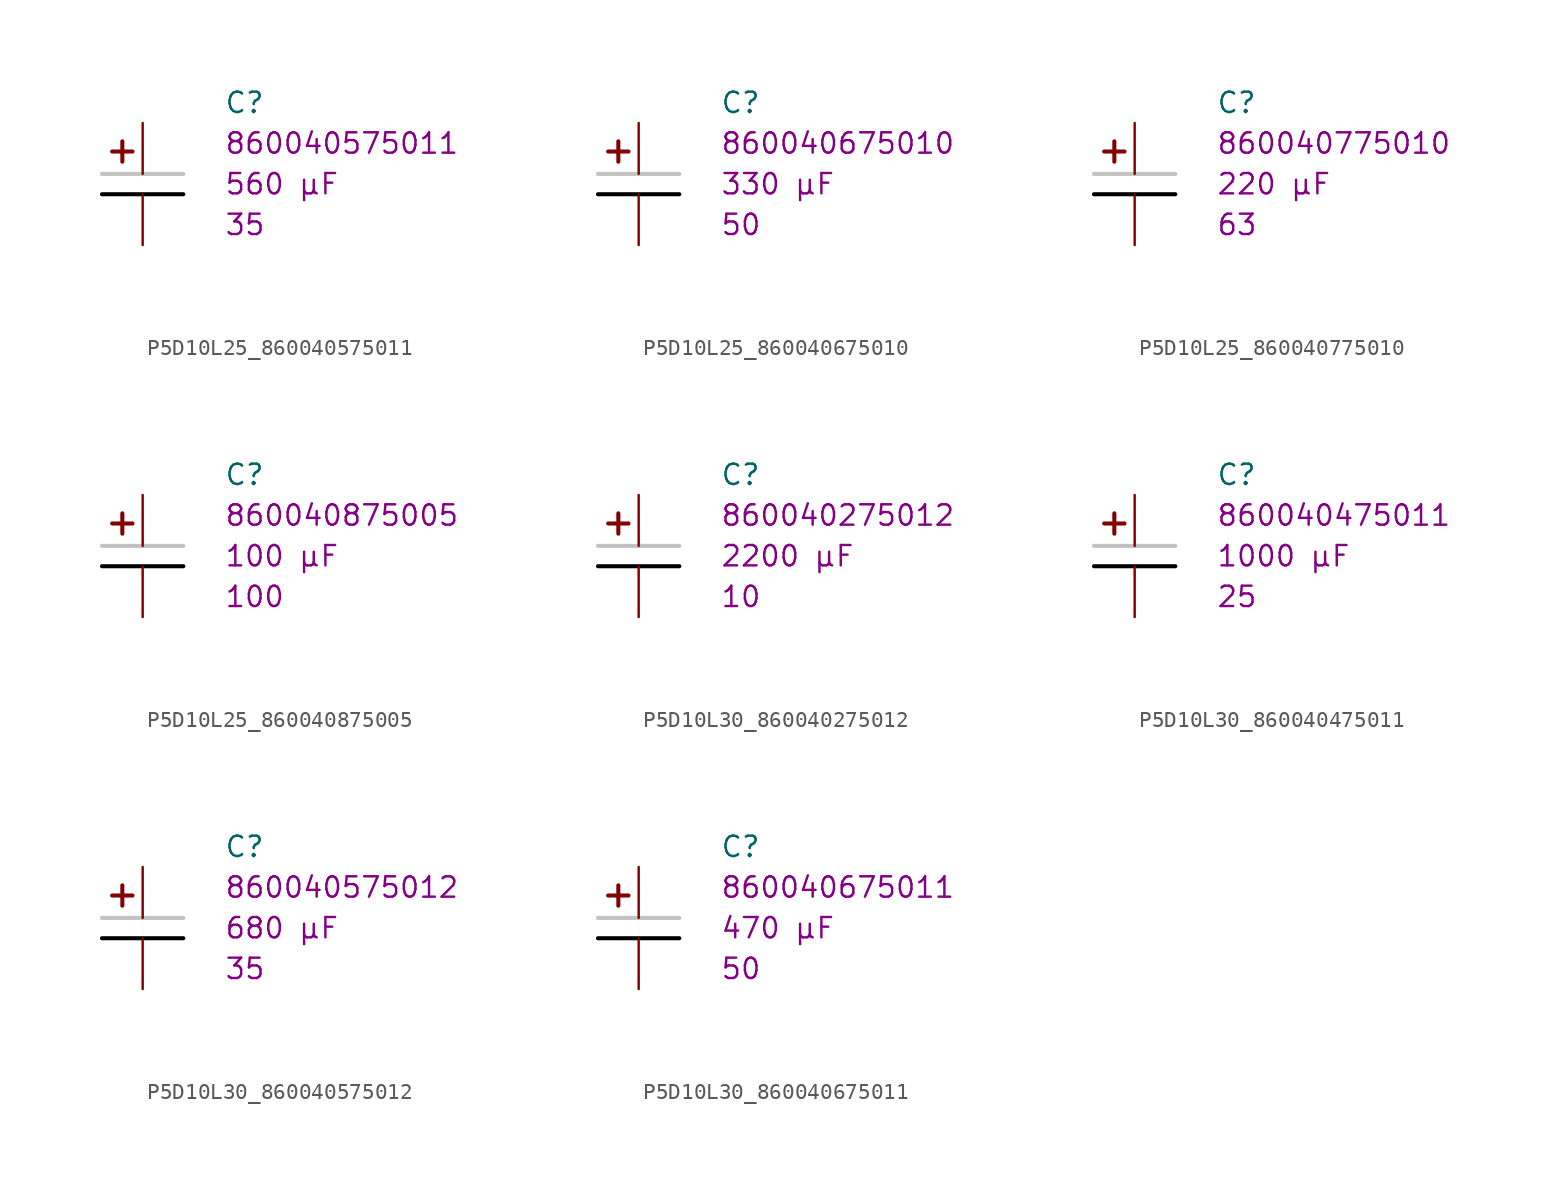
<source format=kicad_sym>
(kicad_symbol_lib
  (version 20220914)
  (generator kicad_symbol_editor)
  (symbol "P5D10L25_860040575011"
    (pin_numbers hide)
    (pin_names hide)
    (property "Reference" "C"
      (at 5.08 5.08 0)
      (effects (font (size 1.27 1.27)) (justify left)))
    (property "Part Number" "860040575011"
      (at 5.08 2.54 0)
      (effects (font (size 1.27 1.27)) (justify left)))
    (property "Capacitance" "560 µF"
      (at 5.08 0 0)
      (effects (font (size 1.27 1.27)) (justify left)))
    (property "Voltage" "35"
      (at 5.08 -2.54 0)
      (effects (font (size 1.27 1.27)) (justify left)))
    (property "Critical Parameter" ""
      (at 0 -7.62 0)
      (effects (font (size 1.27 1.27)) (justify left)))
    (symbol "P5D10L25_860040575011_1_1"
      (polyline (pts (xy -1.27 2.667) (xy -1.27 1.397)) (stroke (width 0.254) (type default)) (fill (type none)))
      (polyline (pts (xy -0.635 2.032) (xy -1.905 2.032)) (stroke (width 0.254) (type default)) (fill (type none)))
      (polyline (pts (xy 2.54 -0.635) (xy -2.54 -0.635)) (stroke (width 0.254) (type default) (color 0 0 0 1)) (fill (type none)))
      (polyline (pts (xy 2.54 0.635) (xy -2.54 0.635)) (stroke (width 0.254) (type default) (color 194 194 194 1)) (fill (type none)))
      (pin passive line (at 0 3.81 270) (length 3.175) (name "1" (effects (font (size 1.27 1.27)))) (number "1" (effects (font (size 1.27 1.27)))))
      (pin passive line (at 0 -3.81 90) (length 3.175) (name "2" (effects (font (size 1.27 1.27)))) (number "2" (effects (font (size 1.27 1.27)))))))
  (symbol "P5D10L25_860040675010"
    (pin_numbers hide)
    (pin_names hide)
    (property "Reference" "C"
      (at 5.08 5.08 0)
      (effects (font (size 1.27 1.27)) (justify left)))
    (property "Part Number" "860040675010"
      (at 5.08 2.54 0)
      (effects (font (size 1.27 1.27)) (justify left)))
    (property "Capacitance" "330 µF"
      (at 5.08 0 0)
      (effects (font (size 1.27 1.27)) (justify left)))
    (property "Voltage" "50"
      (at 5.08 -2.54 0)
      (effects (font (size 1.27 1.27)) (justify left)))
    (property "Critical Parameter" ""
      (at 0 -7.62 0)
      (effects (font (size 1.27 1.27)) (justify left)))
    (symbol "P5D10L25_860040675010_1_1"
      (polyline (pts (xy -1.27 2.667) (xy -1.27 1.397)) (stroke (width 0.254) (type default)) (fill (type none)))
      (polyline (pts (xy -0.635 2.032) (xy -1.905 2.032)) (stroke (width 0.254) (type default)) (fill (type none)))
      (polyline (pts (xy 2.54 -0.635) (xy -2.54 -0.635)) (stroke (width 0.254) (type default) (color 0 0 0 1)) (fill (type none)))
      (polyline (pts (xy 2.54 0.635) (xy -2.54 0.635)) (stroke (width 0.254) (type default) (color 194 194 194 1)) (fill (type none)))
      (pin passive line (at 0 3.81 270) (length 3.175) (name "1" (effects (font (size 1.27 1.27)))) (number "1" (effects (font (size 1.27 1.27)))))
      (pin passive line (at 0 -3.81 90) (length 3.175) (name "2" (effects (font (size 1.27 1.27)))) (number "2" (effects (font (size 1.27 1.27)))))))
  (symbol "P5D10L25_860040775010"
    (pin_numbers hide)
    (pin_names hide)
    (property "Reference" "C"
      (at 5.08 5.08 0)
      (effects (font (size 1.27 1.27)) (justify left)))
    (property "Part Number" "860040775010"
      (at 5.08 2.54 0)
      (effects (font (size 1.27 1.27)) (justify left)))
    (property "Capacitance" "220 µF"
      (at 5.08 0 0)
      (effects (font (size 1.27 1.27)) (justify left)))
    (property "Voltage" "63"
      (at 5.08 -2.54 0)
      (effects (font (size 1.27 1.27)) (justify left)))
    (property "Critical Parameter" ""
      (at 0 -7.62 0)
      (effects (font (size 1.27 1.27)) (justify left)))
    (symbol "P5D10L25_860040775010_1_1"
      (polyline (pts (xy -1.27 2.667) (xy -1.27 1.397)) (stroke (width 0.254) (type default)) (fill (type none)))
      (polyline (pts (xy -0.635 2.032) (xy -1.905 2.032)) (stroke (width 0.254) (type default)) (fill (type none)))
      (polyline (pts (xy 2.54 -0.635) (xy -2.54 -0.635)) (stroke (width 0.254) (type default) (color 0 0 0 1)) (fill (type none)))
      (polyline (pts (xy 2.54 0.635) (xy -2.54 0.635)) (stroke (width 0.254) (type default) (color 194 194 194 1)) (fill (type none)))
      (pin passive line (at 0 3.81 270) (length 3.175) (name "1" (effects (font (size 1.27 1.27)))) (number "1" (effects (font (size 1.27 1.27)))))
      (pin passive line (at 0 -3.81 90) (length 3.175) (name "2" (effects (font (size 1.27 1.27)))) (number "2" (effects (font (size 1.27 1.27)))))))
  (symbol "P5D10L25_860040875005"
    (pin_numbers hide)
    (pin_names hide)
    (property "Reference" "C"
      (at 5.08 5.08 0)
      (effects (font (size 1.27 1.27)) (justify left)))
    (property "Part Number" "860040875005"
      (at 5.08 2.54 0)
      (effects (font (size 1.27 1.27)) (justify left)))
    (property "Capacitance" "100 µF"
      (at 5.08 0 0)
      (effects (font (size 1.27 1.27)) (justify left)))
    (property "Voltage" "100"
      (at 5.08 -2.54 0)
      (effects (font (size 1.27 1.27)) (justify left)))
    (property "Critical Parameter" ""
      (at 0 -7.62 0)
      (effects (font (size 1.27 1.27)) (justify left)))
    (symbol "P5D10L25_860040875005_1_1"
      (polyline (pts (xy -1.27 2.667) (xy -1.27 1.397)) (stroke (width 0.254) (type default)) (fill (type none)))
      (polyline (pts (xy -0.635 2.032) (xy -1.905 2.032)) (stroke (width 0.254) (type default)) (fill (type none)))
      (polyline (pts (xy 2.54 -0.635) (xy -2.54 -0.635)) (stroke (width 0.254) (type default) (color 0 0 0 1)) (fill (type none)))
      (polyline (pts (xy 2.54 0.635) (xy -2.54 0.635)) (stroke (width 0.254) (type default) (color 194 194 194 1)) (fill (type none)))
      (pin passive line (at 0 3.81 270) (length 3.175) (name "1" (effects (font (size 1.27 1.27)))) (number "1" (effects (font (size 1.27 1.27)))))
      (pin passive line (at 0 -3.81 90) (length 3.175) (name "2" (effects (font (size 1.27 1.27)))) (number "2" (effects (font (size 1.27 1.27)))))))
  (symbol "P5D10L30_860040275012"
    (pin_numbers hide)
    (pin_names hide)
    (property "Reference" "C"
      (at 5.08 5.08 0)
      (effects (font (size 1.27 1.27)) (justify left)))
    (property "Part Number" "860040275012"
      (at 5.08 2.54 0)
      (effects (font (size 1.27 1.27)) (justify left)))
    (property "Capacitance" "2200 µF"
      (at 5.08 0 0)
      (effects (font (size 1.27 1.27)) (justify left)))
    (property "Voltage" "10"
      (at 5.08 -2.54 0)
      (effects (font (size 1.27 1.27)) (justify left)))
    (property "Critical Parameter" ""
      (at 0 -7.62 0)
      (effects (font (size 1.27 1.27)) (justify left)))
    (symbol "P5D10L30_860040275012_1_1"
      (polyline (pts (xy -1.27 2.667) (xy -1.27 1.397)) (stroke (width 0.254) (type default)) (fill (type none)))
      (polyline (pts (xy -0.635 2.032) (xy -1.905 2.032)) (stroke (width 0.254) (type default)) (fill (type none)))
      (polyline (pts (xy 2.54 -0.635) (xy -2.54 -0.635)) (stroke (width 0.254) (type default) (color 0 0 0 1)) (fill (type none)))
      (polyline (pts (xy 2.54 0.635) (xy -2.54 0.635)) (stroke (width 0.254) (type default) (color 194 194 194 1)) (fill (type none)))
      (pin passive line (at 0 3.81 270) (length 3.175) (name "1" (effects (font (size 1.27 1.27)))) (number "1" (effects (font (size 1.27 1.27)))))
      (pin passive line (at 0 -3.81 90) (length 3.175) (name "2" (effects (font (size 1.27 1.27)))) (number "2" (effects (font (size 1.27 1.27)))))))
  (symbol "P5D10L30_860040475011"
    (pin_numbers hide)
    (pin_names hide)
    (property "Reference" "C"
      (at 5.08 5.08 0)
      (effects (font (size 1.27 1.27)) (justify left)))
    (property "Part Number" "860040475011"
      (at 5.08 2.54 0)
      (effects (font (size 1.27 1.27)) (justify left)))
    (property "Capacitance" "1000 µF"
      (at 5.08 0 0)
      (effects (font (size 1.27 1.27)) (justify left)))
    (property "Voltage" "25"
      (at 5.08 -2.54 0)
      (effects (font (size 1.27 1.27)) (justify left)))
    (property "Critical Parameter" ""
      (at 0 -7.62 0)
      (effects (font (size 1.27 1.27)) (justify left)))
    (symbol "P5D10L30_860040475011_1_1"
      (polyline (pts (xy -1.27 2.667) (xy -1.27 1.397)) (stroke (width 0.254) (type default)) (fill (type none)))
      (polyline (pts (xy -0.635 2.032) (xy -1.905 2.032)) (stroke (width 0.254) (type default)) (fill (type none)))
      (polyline (pts (xy 2.54 -0.635) (xy -2.54 -0.635)) (stroke (width 0.254) (type default) (color 0 0 0 1)) (fill (type none)))
      (polyline (pts (xy 2.54 0.635) (xy -2.54 0.635)) (stroke (width 0.254) (type default) (color 194 194 194 1)) (fill (type none)))
      (pin passive line (at 0 3.81 270) (length 3.175) (name "1" (effects (font (size 1.27 1.27)))) (number "1" (effects (font (size 1.27 1.27)))))
      (pin passive line (at 0 -3.81 90) (length 3.175) (name "2" (effects (font (size 1.27 1.27)))) (number "2" (effects (font (size 1.27 1.27)))))))
  (symbol "P5D10L30_860040575012"
    (pin_numbers hide)
    (pin_names hide)
    (property "Reference" "C"
      (at 5.08 5.08 0)
      (effects (font (size 1.27 1.27)) (justify left)))
    (property "Part Number" "860040575012"
      (at 5.08 2.54 0)
      (effects (font (size 1.27 1.27)) (justify left)))
    (property "Capacitance" "680 µF"
      (at 5.08 0 0)
      (effects (font (size 1.27 1.27)) (justify left)))
    (property "Voltage" "35"
      (at 5.08 -2.54 0)
      (effects (font (size 1.27 1.27)) (justify left)))
    (property "Critical Parameter" ""
      (at 0 -7.62 0)
      (effects (font (size 1.27 1.27)) (justify left)))
    (symbol "P5D10L30_860040575012_1_1"
      (polyline (pts (xy -1.27 2.667) (xy -1.27 1.397)) (stroke (width 0.254) (type default)) (fill (type none)))
      (polyline (pts (xy -0.635 2.032) (xy -1.905 2.032)) (stroke (width 0.254) (type default)) (fill (type none)))
      (polyline (pts (xy 2.54 -0.635) (xy -2.54 -0.635)) (stroke (width 0.254) (type default) (color 0 0 0 1)) (fill (type none)))
      (polyline (pts (xy 2.54 0.635) (xy -2.54 0.635)) (stroke (width 0.254) (type default) (color 194 194 194 1)) (fill (type none)))
      (pin passive line (at 0 3.81 270) (length 3.175) (name "1" (effects (font (size 1.27 1.27)))) (number "1" (effects (font (size 1.27 1.27)))))
      (pin passive line (at 0 -3.81 90) (length 3.175) (name "2" (effects (font (size 1.27 1.27)))) (number "2" (effects (font (size 1.27 1.27)))))))
  (symbol "P5D10L30_860040675011"
    (pin_numbers hide)
    (pin_names hide)
    (property "Reference" "C"
      (at 5.08 5.08 0)
      (effects (font (size 1.27 1.27)) (justify left)))
    (property "Part Number" "860040675011"
      (at 5.08 2.54 0)
      (effects (font (size 1.27 1.27)) (justify left)))
    (property "Capacitance" "470 µF"
      (at 5.08 0 0)
      (effects (font (size 1.27 1.27)) (justify left)))
    (property "Voltage" "50"
      (at 5.08 -2.54 0)
      (effects (font (size 1.27 1.27)) (justify left)))
    (property "Critical Parameter" ""
      (at 0 -7.62 0)
      (effects (font (size 1.27 1.27)) (justify left)))
    (symbol "P5D10L30_860040675011_1_1"
      (polyline (pts (xy -1.27 2.667) (xy -1.27 1.397)) (stroke (width 0.254) (type default)) (fill (type none)))
      (polyline (pts (xy -0.635 2.032) (xy -1.905 2.032)) (stroke (width 0.254) (type default)) (fill (type none)))
      (polyline (pts (xy 2.54 -0.635) (xy -2.54 -0.635)) (stroke (width 0.254) (type default) (color 0 0 0 1)) (fill (type none)))
      (polyline (pts (xy 2.54 0.635) (xy -2.54 0.635)) (stroke (width 0.254) (type default) (color 194 194 194 1)) (fill (type none)))
      (pin passive line (at 0 3.81 270) (length 3.175) (name "1" (effects (font (size 1.27 1.27)))) (number "1" (effects (font (size 1.27 1.27)))))
      (pin passive line (at 0 -3.81 90) (length 3.175) (name "2" (effects (font (size 1.27 1.27)))) (number "2" (effects (font (size 1.27 1.27))))))))
</source>
